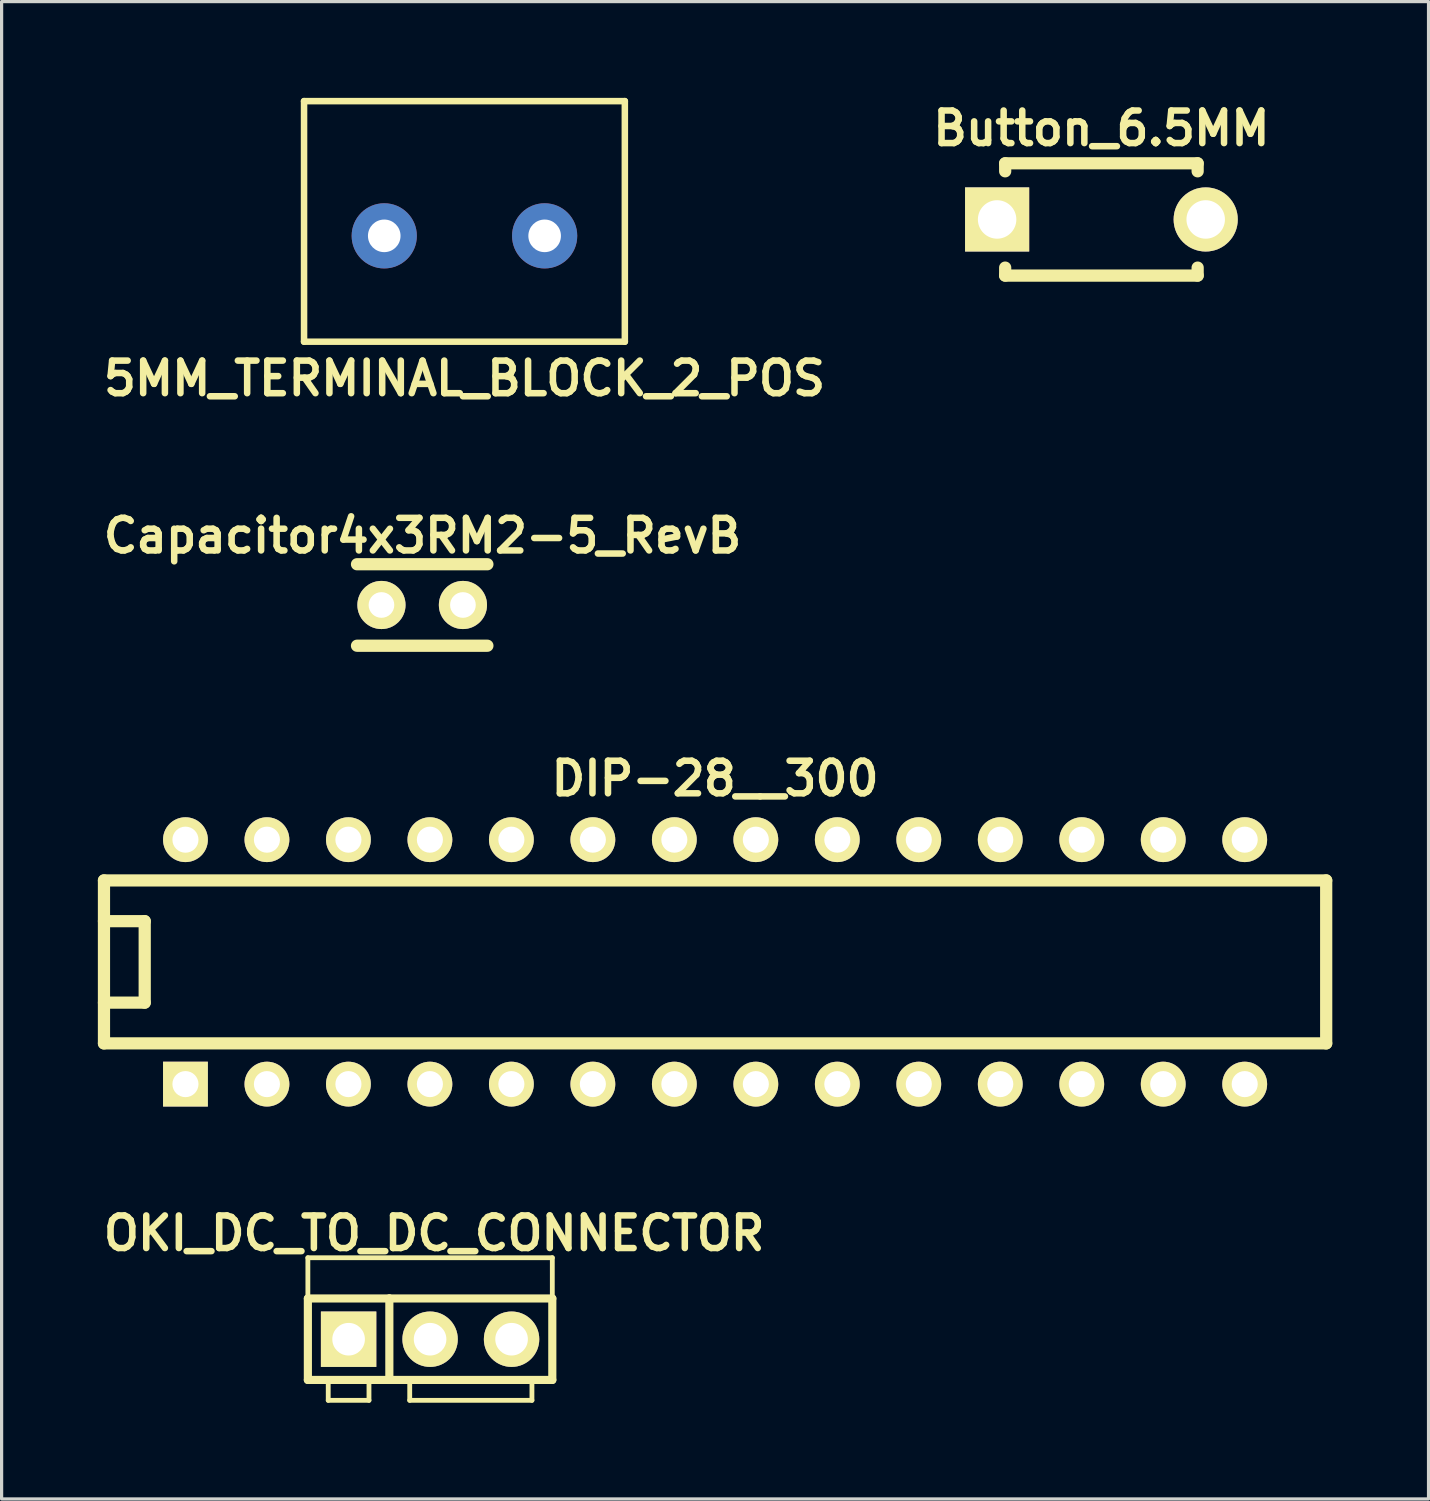
<source format=kicad_pcb>
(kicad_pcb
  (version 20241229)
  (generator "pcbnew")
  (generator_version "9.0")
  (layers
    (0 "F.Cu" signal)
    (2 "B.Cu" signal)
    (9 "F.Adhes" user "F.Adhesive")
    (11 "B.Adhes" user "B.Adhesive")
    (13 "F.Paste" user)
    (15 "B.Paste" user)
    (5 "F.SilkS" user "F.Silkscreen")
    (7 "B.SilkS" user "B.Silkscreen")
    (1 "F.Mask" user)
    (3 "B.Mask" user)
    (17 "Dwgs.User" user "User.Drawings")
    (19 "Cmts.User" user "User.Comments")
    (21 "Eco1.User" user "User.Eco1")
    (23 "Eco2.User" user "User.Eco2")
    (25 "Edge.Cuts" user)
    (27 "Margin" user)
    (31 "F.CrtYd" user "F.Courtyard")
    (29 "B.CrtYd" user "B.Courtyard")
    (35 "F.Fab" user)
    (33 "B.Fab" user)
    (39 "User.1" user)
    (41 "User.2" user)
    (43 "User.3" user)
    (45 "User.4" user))
  (footprint "Button_6.5MM"
    (layer "F.Cu")
    (at 31.284 3.791)
    (property "Reference" "Button_6.5MM" (at 0 -2.84 0) (layer "F.SilkS") (effects (font (size 1.016 1.016) (thickness 0.203))))
    (attr through_hole)
    (fp_line (start -3 -1.75) (end -3 -1.501) (stroke (width 0.381) (type solid)) (layer "F.SilkS"))
    (fp_line (start -3 -1.75) (end 3 -1.75) (stroke (width 0.381) (type solid)) (layer "F.SilkS"))
    (fp_line (start -3 1.75) (end -3 1.501) (stroke (width 0.381) (type solid)) (layer "F.SilkS"))
    (fp_line (start -3 1.75) (end 3 1.75) (stroke (width 0.381) (type solid)) (layer "F.SilkS"))
    (fp_line (start 3 -1.75) (end 3 -1.501) (stroke (width 0.381) (type solid)) (layer "F.SilkS"))
    (fp_line (start 3 1.75) (end 3 1.501) (stroke (width 0.381) (type solid)) (layer "F.SilkS"))
    (pad "1" thru_hole rect (at -3.251 0) (size 1.999 1.999) (drill 1.199) (layers "*.Cu" "*.Mask" "F.SilkS"))
    (pad "2" thru_hole circle (at 3.251 0) (size 1.999 1.999) (drill 1.199) (layers "*.Cu" "*.Mask" "F.SilkS")))
  (footprint "DIP-28__300"
    (layer "F.Cu")
    (at 19.241 26.935)
    (property "Reference" "DIP-28__300" (at 0 -5.715 180) (layer "F.SilkS") (effects (font (size 1.016 1.016) (thickness 0.203))))
    (attr through_hole)
    (fp_line (start -19.05 -2.54) (end 19.05 -2.54) (stroke (width 0.381) (type solid)) (layer "F.SilkS"))
    (fp_line (start -19.05 -1.27) (end -17.78 -1.27) (stroke (width 0.381) (type solid)) (layer "F.SilkS"))
    (fp_line (start -19.05 2.54) (end -19.05 -2.54) (stroke (width 0.381) (type solid)) (layer "F.SilkS"))
    (fp_line (start -17.78 -1.27) (end -17.78 1.27) (stroke (width 0.381) (type solid)) (layer "F.SilkS"))
    (fp_line (start -17.78 1.27) (end -19.05 1.27) (stroke (width 0.381) (type solid)) (layer "F.SilkS"))
    (fp_line (start 19.05 -2.54) (end 19.05 2.54) (stroke (width 0.381) (type solid)) (layer "F.SilkS"))
    (fp_line (start 19.05 2.54) (end -19.05 2.54) (stroke (width 0.381) (type solid)) (layer "F.SilkS"))
    (pad "1" thru_hole rect (at -16.51 3.81) (size 1.397 1.397) (drill 0.813) (layers "*.Cu" "*.Mask" "F.SilkS"))
    (pad "2" thru_hole circle (at -13.97 3.81) (size 1.397 1.397) (drill 0.813) (layers "*.Cu" "*.Mask" "F.SilkS"))
    (pad "3" thru_hole circle (at -11.43 3.81) (size 1.397 1.397) (drill 0.813) (layers "*.Cu" "*.Mask" "F.SilkS"))
    (pad "4" thru_hole circle (at -8.89 3.81) (size 1.397 1.397) (drill 0.813) (layers "*.Cu" "*.Mask" "F.SilkS"))
    (pad "5" thru_hole circle (at -6.35 3.81) (size 1.397 1.397) (drill 0.813) (layers "*.Cu" "*.Mask" "F.SilkS"))
    (pad "6" thru_hole circle (at -3.81 3.81) (size 1.397 1.397) (drill 0.813) (layers "*.Cu" "*.Mask" "F.SilkS"))
    (pad "7" thru_hole circle (at -1.27 3.81) (size 1.397 1.397) (drill 0.813) (layers "*.Cu" "*.Mask" "F.SilkS"))
    (pad "8" thru_hole circle (at 1.27 3.81) (size 1.397 1.397) (drill 0.813) (layers "*.Cu" "*.Mask" "F.SilkS"))
    (pad "9" thru_hole circle (at 3.81 3.81) (size 1.397 1.397) (drill 0.813) (layers "*.Cu" "*.Mask" "F.SilkS"))
    (pad "10" thru_hole circle (at 6.35 3.81) (size 1.397 1.397) (drill 0.813) (layers "*.Cu" "*.Mask" "F.SilkS"))
    (pad "11" thru_hole circle (at 8.89 3.81) (size 1.397 1.397) (drill 0.813) (layers "*.Cu" "*.Mask" "F.SilkS"))
    (pad "12" thru_hole circle (at 11.43 3.81) (size 1.397 1.397) (drill 0.813) (layers "*.Cu" "*.Mask" "F.SilkS"))
    (pad "13" thru_hole circle (at 13.97 3.81) (size 1.397 1.397) (drill 0.813) (layers "*.Cu" "*.Mask" "F.SilkS"))
    (pad "14" thru_hole circle (at 16.51 3.81) (size 1.397 1.397) (drill 0.813) (layers "*.Cu" "*.Mask" "F.SilkS"))
    (pad "15" thru_hole circle (at 16.51 -3.81) (size 1.397 1.397) (drill 0.813) (layers "*.Cu" "*.Mask" "F.SilkS"))
    (pad "16" thru_hole circle (at 13.97 -3.81) (size 1.397 1.397) (drill 0.813) (layers "*.Cu" "*.Mask" "F.SilkS"))
    (pad "17" thru_hole circle (at 11.43 -3.81) (size 1.397 1.397) (drill 0.813) (layers "*.Cu" "*.Mask" "F.SilkS"))
    (pad "18" thru_hole circle (at 8.89 -3.81) (size 1.397 1.397) (drill 0.813) (layers "*.Cu" "*.Mask" "F.SilkS"))
    (pad "19" thru_hole circle (at 6.35 -3.81) (size 1.397 1.397) (drill 0.813) (layers "*.Cu" "*.Mask" "F.SilkS"))
    (pad "20" thru_hole circle (at 3.81 -3.81) (size 1.397 1.397) (drill 0.813) (layers "*.Cu" "*.Mask" "F.SilkS"))
    (pad "21" thru_hole circle (at 1.27 -3.81) (size 1.397 1.397) (drill 0.813) (layers "*.Cu" "*.Mask" "F.SilkS"))
    (pad "22" thru_hole circle (at -1.27 -3.81) (size 1.397 1.397) (drill 0.813) (layers "*.Cu" "*.Mask" "F.SilkS"))
    (pad "23" thru_hole circle (at -3.81 -3.81) (size 1.397 1.397) (drill 0.813) (layers "*.Cu" "*.Mask" "F.SilkS"))
    (pad "24" thru_hole circle (at -6.35 -3.81) (size 1.397 1.397) (drill 0.813) (layers "*.Cu" "*.Mask" "F.SilkS"))
    (pad "25" thru_hole circle (at -8.89 -3.81) (size 1.397 1.397) (drill 0.813) (layers "*.Cu" "*.Mask" "F.SilkS"))
    (pad "26" thru_hole circle (at -11.43 -3.81) (size 1.397 1.397) (drill 0.813) (layers "*.Cu" "*.Mask" "F.SilkS"))
    (pad "27" thru_hole circle (at -13.97 -3.81) (size 1.397 1.397) (drill 0.813) (layers "*.Cu" "*.Mask" "F.SilkS"))
    (pad "28" thru_hole circle (at -16.51 -3.81) (size 1.397 1.397) (drill 0.813) (layers "*.Cu" "*.Mask" "F.SilkS")))
  (footprint "Capacitor4x3RM2-5_RevB"
    (layer "F.Cu")
    (at 10.111 15.809)
    (property "Reference" "Capacitor4x3RM2-5_RevB" (at 0.01 -2.16 180) (layer "F.SilkS") (effects (font (size 1.016 1.016) (thickness 0.203))))
    (attr through_hole)
    (fp_line (start -2.032 1.27) (end 2.032 1.27) (stroke (width 0.381) (type solid)) (layer "F.SilkS"))
    (fp_line (start 2.032 -1.27) (end -2.032 -1.27) (stroke (width 0.381) (type solid)) (layer "F.SilkS"))
    (pad "1" thru_hole circle (at -1.27 0) (size 1.501 1.501) (drill 0.8) (layers "*.Cu" "*.Mask" "F.SilkS"))
    (pad "2" thru_hole circle (at 1.27 0) (size 1.501 1.501) (drill 0.8) (layers "*.Cu" "*.Mask" "F.SilkS")))
  (footprint "5MM_TERMINAL_BLOCK_2_POS"
    (layer "F.Cu")
    (at 11.428 4.302)
    (property "Reference" "5MM_TERMINAL_BLOCK_2_POS" (at 0 4.445 0) (layer "F.SilkS") (effects (font (size 1.016 1.016) (thickness 0.203))))
    (attr through_hole)
    (fp_line (start -5 -4.2) (end -5 3.3) (stroke (width 0.203) (type solid)) (layer "F.SilkS"))
    (fp_line (start -5 3.3) (end 5 3.3) (stroke (width 0.203) (type solid)) (layer "F.SilkS"))
    (fp_line (start 5 -4.2) (end -5 -4.2) (stroke (width 0.203) (type solid)) (layer "F.SilkS"))
    (fp_line (start 5 3.3) (end 5 -4.2) (stroke (width 0.203) (type solid)) (layer "F.SilkS"))
    (pad "1" thru_hole circle (at -2.5 0) (size 2.032 2.032) (drill 1.016) (layers "*.Cu" "*.Mask"))
    (pad "2" thru_hole circle (at 2.5 0) (size 2.032 2.032) (drill 1.016) (layers "*.Cu" "*.Mask")))
  (footprint "OKI_DC_TO_DC_CONNECTOR"
    (layer "F.Cu")
    (at 10.357 38.697)
    (property "Reference" "OKI_DC_TO_DC_CONNECTOR" (at 0.127 -3.302 0) (layer "F.SilkS") (effects (font (size 1.016 1.016) (thickness 0.203))))
    (attr through_hole)
    (fp_line (start -3.81 -2.54) (end 3.81 -2.54) (stroke (width 0.15) (type solid)) (layer "F.SilkS"))
    (fp_line (start -3.81 -1.27) (end -3.81 -2.54) (stroke (width 0.15) (type solid)) (layer "F.SilkS"))
    (fp_line (start -3.81 -1.27) (end -3.81 1.27) (stroke (width 0.254) (type solid)) (layer "F.SilkS"))
    (fp_line (start -3.81 -1.27) (end -1.27 -1.27) (stroke (width 0.254) (type solid)) (layer "F.SilkS"))
    (fp_line (start -3.81 1.27) (end -1.27 1.27) (stroke (width 0.254) (type solid)) (layer "F.SilkS"))
    (fp_line (start -3.175 1.905) (end -3.175 1.27) (stroke (width 0.15) (type solid)) (layer "F.SilkS"))
    (fp_line (start -1.905 1.27) (end -1.905 1.905) (stroke (width 0.15) (type solid)) (layer "F.SilkS"))
    (fp_line (start -1.905 1.905) (end -3.175 1.905) (stroke (width 0.15) (type solid)) (layer "F.SilkS"))
    (fp_line (start -1.27 -1.27) (end -1.27 1.27) (stroke (width 0.254) (type solid)) (layer "F.SilkS"))
    (fp_line (start -1.27 1.27) (end 3.81 1.27) (stroke (width 0.254) (type solid)) (layer "F.SilkS"))
    (fp_line (start -0.635 1.905) (end -0.635 1.27) (stroke (width 0.15) (type solid)) (layer "F.SilkS"))
    (fp_line (start 3.175 1.27) (end 3.175 1.905) (stroke (width 0.15) (type solid)) (layer "F.SilkS"))
    (fp_line (start 3.175 1.905) (end -0.635 1.905) (stroke (width 0.15) (type solid)) (layer "F.SilkS"))
    (fp_line (start 3.81 -2.54) (end 3.81 -1.27) (stroke (width 0.15) (type solid)) (layer "F.SilkS"))
    (fp_line (start 3.81 -1.27) (end -1.27 -1.27) (stroke (width 0.254) (type solid)) (layer "F.SilkS"))
    (fp_line (start 3.81 1.27) (end 3.81 -1.27) (stroke (width 0.254) (type solid)) (layer "F.SilkS"))
    (pad "1" thru_hole rect (at -2.54 0) (size 1.727 1.727) (drill 1.016) (layers "*.Cu" "*.Mask" "F.SilkS"))
    (pad "2" thru_hole circle (at 0 0) (size 1.727 1.727) (drill 1.016) (layers "*.Cu" "*.Mask" "F.SilkS"))
    (pad "3" thru_hole circle (at 2.54 0) (size 1.727 1.727) (drill 1.016) (layers "*.Cu" "*.Mask" "F.SilkS")))
  (gr_rect
    (start -3 -3)
    (end 41.481 43.677)
    (stroke (width 0.1) (type default))
    (fill no)
    (layer "Edge.Cuts")))
</source>
